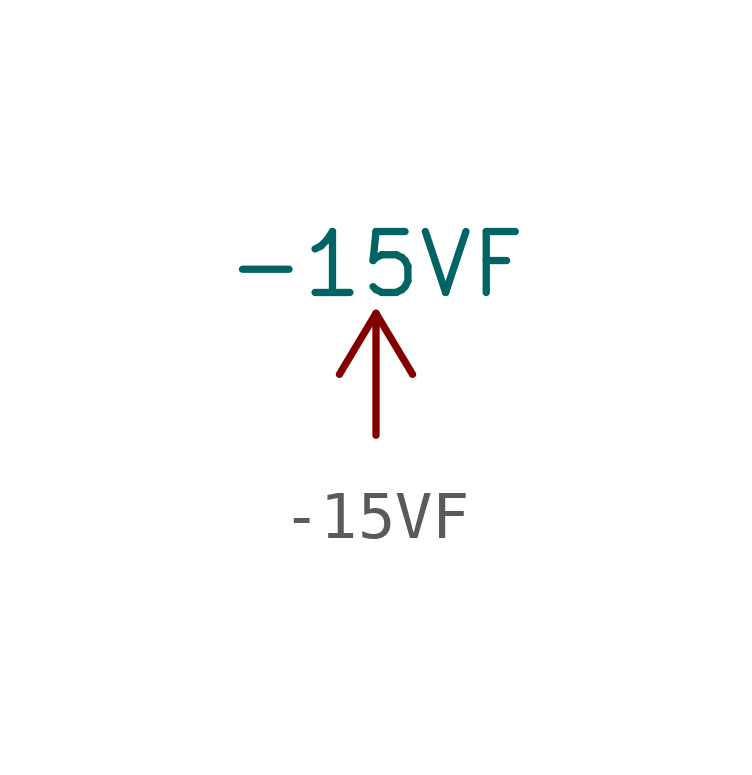
<source format=kicad_sym>
(kicad_symbol_lib
  (version 20211014)
  (generator kicad_symbol_editor)
  (symbol "-15VF"
    (power)
    (pin_names
      (offset 0))
    (property "Reference" "#PWR"
      (at 0 -3.81 0)
      (effects (font (size 1.27 1.27)) hide))
    (property "Value" "-15VF"
      (at 0 3.556 0)
      (effects (font (size 1.27 1.27))))
    (symbol "-15VF_0_1"
      (polyline (pts (xy -0.762 1.27) (xy 0 2.54)) (stroke (width 0) (type default) (color 0 0 0 0)) (fill (type none)))
      (polyline (pts (xy 0 0) (xy 0 2.54)) (stroke (width 0) (type default) (color 0 0 0 0)) (fill (type none)))
      (polyline (pts (xy 0 2.54) (xy 0.762 1.27)) (stroke (width 0) (type default) (color 0 0 0 0)) (fill (type none))))
    (symbol "-15VF_1_1"
      (pin power_in line (at 0 0 90) (length 0) hide (name "-15VF" (effects (font (size 1.27 1.27)))) (number "1" (effects (font (size 1.27 1.27))))))))
</source>
